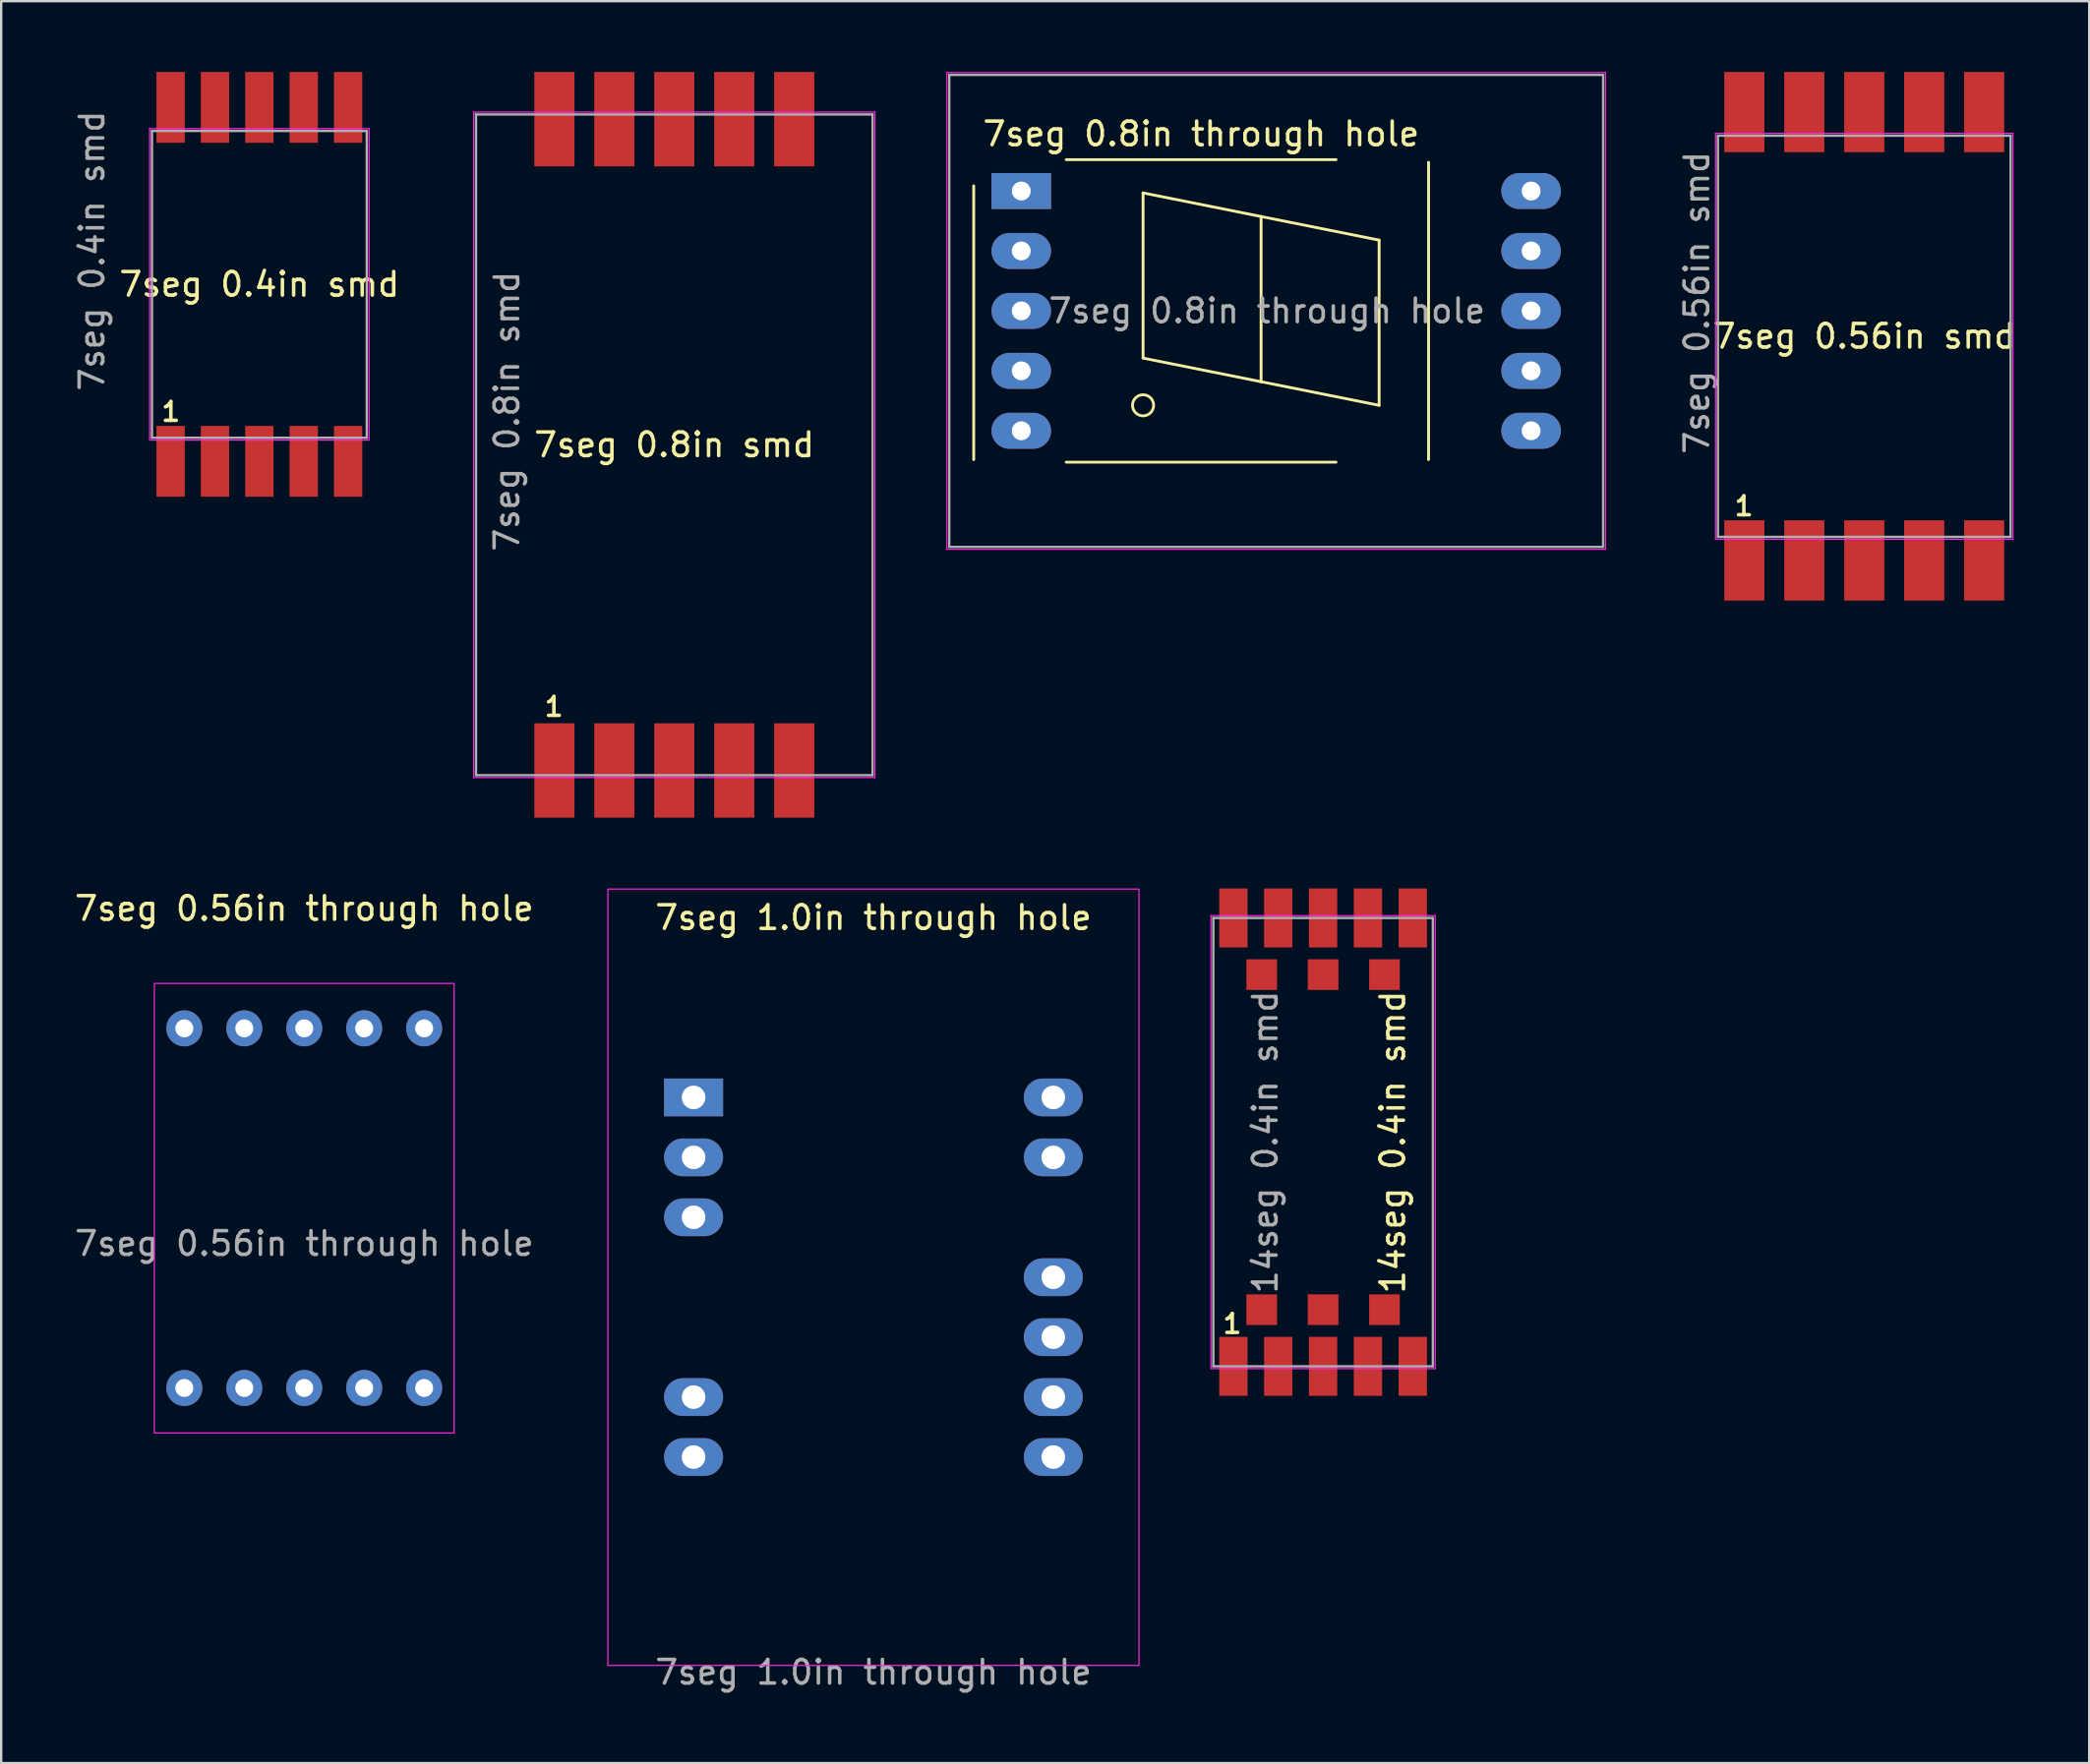
<source format=kicad_pcb>
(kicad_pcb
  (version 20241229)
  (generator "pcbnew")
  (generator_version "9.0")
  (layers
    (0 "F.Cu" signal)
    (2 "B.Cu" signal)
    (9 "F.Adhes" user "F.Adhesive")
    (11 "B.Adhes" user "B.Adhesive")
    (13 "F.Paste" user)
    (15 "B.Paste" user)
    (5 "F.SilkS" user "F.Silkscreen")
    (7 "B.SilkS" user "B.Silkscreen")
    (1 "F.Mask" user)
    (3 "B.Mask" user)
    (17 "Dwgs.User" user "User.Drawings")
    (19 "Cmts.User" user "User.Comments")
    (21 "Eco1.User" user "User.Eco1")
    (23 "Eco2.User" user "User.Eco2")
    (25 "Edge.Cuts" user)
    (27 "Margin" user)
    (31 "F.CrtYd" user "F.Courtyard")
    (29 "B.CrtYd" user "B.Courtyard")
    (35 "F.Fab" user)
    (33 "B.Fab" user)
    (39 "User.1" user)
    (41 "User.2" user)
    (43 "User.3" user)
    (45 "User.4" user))
  (footprint "14seg 0.4in smd"
    (layer "F.Cu")
    (at 53.004 45.35)
    (property "Reference" "14seg 0.4in smd" (at 2.95 0 90) (layer "F.SilkS") (effects (font (size 1 1) (thickness 0.15))))
    (attr smd)
    (fp_line (start -4.75 -9.6) (end 4.75 -9.6) (stroke (width 0.05) (type solid)) (layer "F.CrtYd"))
    (fp_line (start -4.75 9.6) (end -4.75 -9.6) (stroke (width 0.05) (type solid)) (layer "F.CrtYd"))
    (fp_line (start -4.75 9.6) (end 4.75 9.6) (stroke (width 0.05) (type solid)) (layer "F.CrtYd"))
    (fp_line (start 4.75 9.6) (end 4.75 -9.6) (stroke (width 0.05) (type solid)) (layer "F.CrtYd"))
    (fp_line (start -4.65 9.5) (end -4.65 -9.5) (stroke (width 0.1) (type solid)) (layer "F.Fab"))
    (fp_line (start -4.65 9.5) (end 4.65 9.5) (stroke (width 0.1) (type solid)) (layer "F.Fab"))
    (fp_line (start 4.65 -9.5) (end -4.65 -9.5) (stroke (width 0.1) (type solid)) (layer "F.Fab"))
    (fp_line (start 4.65 9.5) (end 4.65 -9.5) (stroke (width 0.1) (type solid)) (layer "F.Fab"))
    (fp_text user "1" (at -3.85 7.7 0) (unlocked yes) (layer "F.SilkS") (effects (font (size 0.8 0.8) (thickness 0.15))))
    (fp_text user "${REFERENCE}" (at -2.45 0 90) (layer "F.Fab") (effects (font (size 1 1) (thickness 0.15))))
    (pad "1" smd rect (at -3.8 9.5) (size 1.2 2.5) (layers "F.Cu" "F.Mask" "F.Paste"))
    (pad "2" smd rect (at -1.9 9.5) (size 1.2 2.5) (layers "F.Cu" "F.Mask" "F.Paste"))
    (pad "3" smd rect (at 0 9.5) (size 1.2 2.5) (layers "F.Cu" "F.Mask" "F.Paste"))
    (pad "4" smd rect (at 1.9 9.5) (size 1.2 2.5) (layers "F.Cu" "F.Mask" "F.Paste"))
    (pad "5" smd rect (at 3.8 9.5) (size 1.2 2.5) (layers "F.Cu" "F.Mask" "F.Paste"))
    (pad "6" smd rect (at 2.6 7.1) (size 1.3 1.3) (layers "F.Cu" "F.Mask" "F.Paste"))
    (pad "7" smd rect (at 0 7.1) (size 1.3 1.3) (layers "F.Cu" "F.Mask" "F.Paste"))
    (pad "8" smd rect (at -2.6 7.1) (size 1.3 1.3) (layers "F.Cu" "F.Mask" "F.Paste"))
    (pad "9" smd rect (at -2.6 -7.1) (size 1.3 1.3) (layers "F.Cu" "F.Mask" "F.Paste"))
    (pad "10" smd rect (at 0 -7.1) (size 1.3 1.3) (layers "F.Cu" "F.Mask" "F.Paste"))
    (pad "11" smd rect (at 2.6 -7.1) (size 1.3 1.3) (layers "F.Cu" "F.Mask" "F.Paste"))
    (pad "12" smd rect (at 3.8 -9.5) (size 1.2 2.5) (layers "F.Cu" "F.Mask" "F.Paste"))
    (pad "13" smd rect (at 1.9 -9.5) (size 1.2 2.5) (layers "F.Cu" "F.Mask" "F.Paste"))
    (pad "14" smd rect (at 0 -9.5) (size 1.2 2.5) (layers "F.Cu" "F.Mask" "F.Paste"))
    (pad "15" smd rect (at -1.9 -9.5) (size 1.2 2.5) (layers "F.Cu" "F.Mask" "F.Paste"))
    (pad "16" smd rect (at -3.8 -9.5) (size 1.2 2.5) (layers "F.Cu" "F.Mask" "F.Paste")))
  (footprint "7seg 1.0in through hole"
    (layer "F.Cu")
    (at 33.954 51.075)
    (property "Reference" "7seg 1.0in through hole" (at 0 -15.24 0) (unlocked yes) (layer "F.SilkS") (effects (font (size 1 1) (thickness 0.15))))
    (attr through_hole)
    (fp_rect (start -11.25 -16.45) (end 11.25 16.45) (stroke (width 0.05) (type solid)) (fill no) (layer "F.CrtYd"))
    (fp_text user "${REFERENCE}" (at 0 16.74 0) (unlocked yes) (layer "F.Fab") (effects (font (size 1 1) (thickness 0.15))))
    (pad "1" thru_hole rect (at -7.62 -7.62) (size 2.5 1.6) (drill 1) (layers "*.Cu" "*.Mask"))
    (pad "2" thru_hole oval (at -7.62 -5.08) (size 2.5 1.6) (drill 1) (layers "*.Cu" "*.Mask"))
    (pad "3" thru_hole oval (at -7.62 -2.54) (size 2.5 1.6) (drill 1) (layers "*.Cu" "*.Mask"))
    (pad "6" thru_hole oval (at -7.62 5.08) (size 2.5 1.6) (drill 1) (layers "*.Cu" "*.Mask"))
    (pad "7" thru_hole oval (at -7.62 7.62) (size 2.5 1.6) (drill 1) (layers "*.Cu" "*.Mask"))
    (pad "8" thru_hole oval (at 7.62 7.62) (size 2.5 1.6) (drill 1) (layers "*.Cu" "*.Mask"))
    (pad "9" thru_hole oval (at 7.62 5.08) (size 2.5 1.6) (drill 1) (layers "*.Cu" "*.Mask"))
    (pad "10" thru_hole oval (at 7.62 2.54) (size 2.5 1.6) (drill 1) (layers "*.Cu" "*.Mask"))
    (pad "11" thru_hole oval (at 7.62 0) (size 2.5 1.6) (drill 1) (layers "*.Cu" "*.Mask"))
    (pad "13" thru_hole oval (at 7.62 -5.08) (size 2.5 1.6) (drill 1) (layers "*.Cu" "*.Mask"))
    (pad "14" thru_hole oval (at 7.62 -7.62) (size 2.5 1.6) (drill 1) (layers "*.Cu" "*.Mask")))
  (footprint "7seg 0.56in through hole"
    (layer "F.Cu")
    (at 9.839 48.148)
    (property "Reference" "7seg 0.56in through hole" (at 0 -12.7 0) (unlocked yes) (layer "F.SilkS") (effects (font (size 1 1) (thickness 0.15))))
    (attr through_hole)
    (fp_rect (start -6.35 -9.525) (end 6.35 9.525) (stroke (width 0.05) (type solid)) (fill no) (layer "F.CrtYd"))
    (fp_text user "${REFERENCE}" (at 0 1.5 0) (unlocked yes) (layer "F.Fab") (effects (font (size 1 1) (thickness 0.15))))
    (pad "1" thru_hole circle (at -5.08 7.62) (size 1.524 1.524) (drill 0.762) (layers "*.Cu" "*.Mask"))
    (pad "2" thru_hole circle (at -2.54 7.62) (size 1.524 1.524) (drill 0.762) (layers "*.Cu" "*.Mask"))
    (pad "3" thru_hole circle (at 0 7.62) (size 1.524 1.524) (drill 0.762) (layers "*.Cu" "*.Mask"))
    (pad "4" thru_hole circle (at 2.54 7.62) (size 1.524 1.524) (drill 0.762) (layers "*.Cu" "*.Mask"))
    (pad "5" thru_hole circle (at 5.08 7.62) (size 1.524 1.524) (drill 0.762) (layers "*.Cu" "*.Mask"))
    (pad "6" thru_hole circle (at 5.08 -7.62) (size 1.524 1.524) (drill 0.762) (layers "*.Cu" "*.Mask"))
    (pad "7" thru_hole circle (at 2.54 -7.62) (size 1.524 1.524) (drill 0.762) (layers "*.Cu" "*.Mask"))
    (pad "8" thru_hole circle (at 0 -7.62) (size 1.524 1.524) (drill 0.762) (layers "*.Cu" "*.Mask"))
    (pad "9" thru_hole circle (at -2.54 -7.62) (size 1.524 1.524) (drill 0.762) (layers "*.Cu" "*.Mask"))
    (pad "10" thru_hole circle (at -5.08 -7.62) (size 1.524 1.524) (drill 0.762) (layers "*.Cu" "*.Mask")))
  (footprint "7seg 0.8in through hole"
    (layer "F.Cu")
    (at 40.217 5.045)
    (property "Reference" "7seg 0.8in through hole" (at 7.62 -2.42 0) (layer "F.SilkS") (effects (font (size 1 1) (thickness 0.15))))
    (attr through_hole)
    (fp_line (start -2.015 -0.22) (end -2.015 11.38) (stroke (width 0.12) (type solid)) (layer "F.SilkS"))
    (fp_line (start 1.905 -1.33) (end 13.335 -1.33) (stroke (width 0.12) (type solid)) (layer "F.SilkS"))
    (fp_line (start 1.905 11.49) (end 13.335 11.49) (stroke (width 0.12) (type solid)) (layer "F.SilkS"))
    (fp_line (start 5.16 0.08) (end 5.16 7.08) (stroke (width 0.12) (type solid)) (layer "F.SilkS"))
    (fp_line (start 5.16 7.08) (end 10.16 8.08) (stroke (width 0.12) (type solid)) (layer "F.SilkS"))
    (fp_line (start 10.16 1.08) (end 5.16 0.08) (stroke (width 0.12) (type solid)) (layer "F.SilkS"))
    (fp_line (start 10.16 8.08) (end 10.16 1.08) (stroke (width 0.12) (type solid)) (layer "F.SilkS"))
    (fp_line (start 15.16 2.08) (end 10.16 1.08) (stroke (width 0.12) (type solid)) (layer "F.SilkS"))
    (fp_line (start 15.16 2.08) (end 15.16 9.08) (stroke (width 0.12) (type solid)) (layer "F.SilkS"))
    (fp_line (start 15.16 9.08) (end 10.16 8.08) (stroke (width 0.12) (type solid)) (layer "F.SilkS"))
    (fp_line (start 17.255 11.38) (end 17.255 -1.22) (stroke (width 0.12) (type solid)) (layer "F.SilkS"))
    (fp_circle (center 5.16 9.08) (end 5.607 9.08) (stroke (width 0.12) (type solid)) (fill no) (layer "F.SilkS"))
    (fp_line (start -3.15 -5.02) (end -3.15 15.18) (stroke (width 0.05) (type solid)) (layer "F.CrtYd"))
    (fp_line (start -3.15 -5.02) (end 24.75 -5.02) (stroke (width 0.05) (type solid)) (layer "F.CrtYd"))
    (fp_line (start -3.15 15.18) (end 24.75 15.18) (stroke (width 0.05) (type solid)) (layer "F.CrtYd"))
    (fp_line (start 24.75 -5.02) (end 24.75 15.18) (stroke (width 0.05) (type solid)) (layer "F.CrtYd"))
    (fp_line (start -3.05 -4.92) (end -3.05 15.08) (stroke (width 0.1) (type solid)) (layer "F.Fab"))
    (fp_line (start -3.05 -4.92) (end 24.65 -4.92) (stroke (width 0.1) (type solid)) (layer "F.Fab"))
    (fp_line (start -3.05 15.08) (end 24.65 15.08) (stroke (width 0.1) (type solid)) (layer "F.Fab"))
    (fp_line (start 24.65 15.08) (end 24.65 -4.92) (stroke (width 0.1) (type solid)) (layer "F.Fab"))
    (fp_text user "${REFERENCE}" (at 10.41 5.08 0) (layer "F.Fab") (effects (font (size 1 1) (thickness 0.15))))
    (pad "1" thru_hole rect (at 0 0 270) (size 1.524 2.524) (drill 0.8) (layers "*.Cu" "*.Mask"))
    (pad "2" thru_hole oval (at 0 2.54 270) (size 1.524 2.524) (drill 0.8) (layers "*.Cu" "*.Mask"))
    (pad "3" thru_hole oval (at 0 5.08 270) (size 1.524 2.524) (drill 0.8) (layers "*.Cu" "*.Mask"))
    (pad "4" thru_hole oval (at 0 7.62 270) (size 1.524 2.524) (drill 0.8) (layers "*.Cu" "*.Mask"))
    (pad "5" thru_hole oval (at 0 10.16 270) (size 1.524 2.524) (drill 0.8) (layers "*.Cu" "*.Mask"))
    (pad "6" thru_hole oval (at 21.6 10.16 270) (size 1.524 2.524) (drill 0.8) (layers "*.Cu" "*.Mask"))
    (pad "7" thru_hole oval (at 21.6 7.62 270) (size 1.524 2.524) (drill 0.8) (layers "*.Cu" "*.Mask"))
    (pad "8" thru_hole oval (at 21.6 5.08 270) (size 1.524 2.524) (drill 0.8) (layers "*.Cu" "*.Mask"))
    (pad "9" thru_hole oval (at 21.6 2.54 270) (size 1.524 2.524) (drill 0.8) (layers "*.Cu" "*.Mask"))
    (pad "10" thru_hole oval (at 21.6 0 270) (size 1.524 2.524) (drill 0.8) (layers "*.Cu" "*.Mask")))
  (footprint "7seg 0.4in smd"
    (layer "F.Cu")
    (at 7.938 9)
    (property "Reference" "7seg 0.4in smd" (at 0 0 180) (layer "F.SilkS") (effects (font (size 1 1) (thickness 0.15))))
    (attr smd)
    (fp_line (start -4.65 -6.6) (end 4.65 -6.6) (stroke (width 0.05) (type solid)) (layer "F.CrtYd"))
    (fp_line (start -4.65 6.6) (end -4.65 -6.6) (stroke (width 0.05) (type solid)) (layer "F.CrtYd"))
    (fp_line (start -4.65 6.6) (end 4.65 6.6) (stroke (width 0.05) (type solid)) (layer "F.CrtYd"))
    (fp_line (start 4.65 6.6) (end 4.65 -6.6) (stroke (width 0.05) (type solid)) (layer "F.CrtYd"))
    (fp_line (start -4.55 6.5) (end -4.55 -6.5) (stroke (width 0.1) (type solid)) (layer "F.Fab"))
    (fp_line (start -4.55 6.5) (end 4.55 6.5) (stroke (width 0.1) (type solid)) (layer "F.Fab"))
    (fp_line (start 4.55 -6.5) (end -4.55 -6.5) (stroke (width 0.1) (type solid)) (layer "F.Fab"))
    (fp_line (start 4.55 6.5) (end 4.55 -6.5) (stroke (width 0.1) (type solid)) (layer "F.Fab"))
    (fp_text user "1" (at -3.75 5.4 0) (unlocked yes) (layer "F.SilkS") (effects (font (size 0.8 0.8) (thickness 0.15))))
    (fp_text user "${REFERENCE}" (at -7.09 -1.42 90) (layer "F.Fab") (effects (font (size 1 1) (thickness 0.15))))
    (pad "1" smd rect (at -3.76 7.5) (size 1.2 3) (layers "F.Cu" "F.Mask" "F.Paste"))
    (pad "2" smd rect (at -1.88 7.5) (size 1.2 3) (layers "F.Cu" "F.Mask" "F.Paste"))
    (pad "3" smd rect (at 0 7.5) (size 1.2 3) (layers "F.Cu" "F.Mask" "F.Paste"))
    (pad "4" smd rect (at 1.88 7.5) (size 1.2 3) (layers "F.Cu" "F.Mask" "F.Paste"))
    (pad "5" smd rect (at 3.76 7.5) (size 1.2 3) (layers "F.Cu" "F.Mask" "F.Paste"))
    (pad "6" smd rect (at 3.76 -7.5) (size 1.2 3) (layers "F.Cu" "F.Mask" "F.Paste"))
    (pad "7" smd rect (at 1.88 -7.5) (size 1.2 3) (layers "F.Cu" "F.Mask" "F.Paste"))
    (pad "8" smd rect (at 0 -7.5) (size 1.2 3) (layers "F.Cu" "F.Mask" "F.Paste"))
    (pad "9" smd rect (at -1.88 -7.5) (size 1.2 3) (layers "F.Cu" "F.Mask" "F.Paste"))
    (pad "10" smd rect (at -3.76 -7.5) (size 1.2 3) (layers "F.Cu" "F.Mask" "F.Paste")))
  (footprint "7seg 0.8in smd"
    (layer "F.Cu")
    (at 25.517 15.8)
    (property "Reference" "7seg 0.8in smd" (at 0 0 180) (layer "F.SilkS") (effects (font (size 1 1) (thickness 0.15))))
    (attr smd)
    (fp_line (start -8.5 -14.1) (end 8.5 -14.1) (stroke (width 0.05) (type solid)) (layer "F.CrtYd"))
    (fp_line (start -8.5 14.1) (end -8.5 -14.1) (stroke (width 0.05) (type solid)) (layer "F.CrtYd"))
    (fp_line (start -8.5 14.1) (end 8.5 14.1) (stroke (width 0.05) (type solid)) (layer "F.CrtYd"))
    (fp_line (start 8.5 14.1) (end 8.5 -14.1) (stroke (width 0.05) (type solid)) (layer "F.CrtYd"))
    (fp_line (start -8.4 14) (end -8.4 -14) (stroke (width 0.1) (type solid)) (layer "F.Fab"))
    (fp_line (start -8.4 14) (end 8.4 14) (stroke (width 0.1) (type solid)) (layer "F.Fab"))
    (fp_line (start 8.4 -14) (end -8.4 -14) (stroke (width 0.1) (type solid)) (layer "F.Fab"))
    (fp_line (start 8.4 14) (end 8.4 -14) (stroke (width 0.1) (type solid)) (layer "F.Fab"))
    (fp_text user "1" (at -5.1 11.1 0) (unlocked yes) (layer "F.SilkS") (effects (font (size 0.8 0.8) (thickness 0.15))))
    (fp_text user "${REFERENCE}" (at -7.09 -1.42 90) (layer "F.Fab") (effects (font (size 1 1) (thickness 0.15))))
    (pad "1" smd rect (at -5.08 13.8) (size 1.7 4) (layers "F.Cu" "F.Mask" "F.Paste"))
    (pad "2" smd rect (at -2.54 13.8) (size 1.7 4) (layers "F.Cu" "F.Mask" "F.Paste"))
    (pad "3" smd rect (at 0 13.8) (size 1.7 4) (layers "F.Cu" "F.Mask" "F.Paste"))
    (pad "4" smd rect (at 2.54 13.8) (size 1.7 4) (layers "F.Cu" "F.Mask" "F.Paste"))
    (pad "5" smd rect (at 5.08 13.8) (size 1.7 4) (layers "F.Cu" "F.Mask" "F.Paste"))
    (pad "6" smd rect (at 5.08 -13.8) (size 1.7 4) (layers "F.Cu" "F.Mask" "F.Paste"))
    (pad "7" smd rect (at 2.54 -13.8) (size 1.7 4) (layers "F.Cu" "F.Mask" "F.Paste"))
    (pad "8" smd rect (at 0 -13.8) (size 1.7 4) (layers "F.Cu" "F.Mask" "F.Paste"))
    (pad "9" smd rect (at -2.54 -13.8) (size 1.7 4) (layers "F.Cu" "F.Mask" "F.Paste"))
    (pad "10" smd rect (at -5.08 -13.8) (size 1.7 4) (layers "F.Cu" "F.Mask" "F.Paste")))
  (footprint "7seg 0.56in smd"
    (layer "F.Cu")
    (at 75.93 11.2)
    (property "Reference" "7seg 0.56in smd" (at 0 0 180) (layer "F.SilkS") (effects (font (size 1 1) (thickness 0.15))))
    (attr smd)
    (fp_line (start -6.3 -8.6) (end 6.3 -8.6) (stroke (width 0.05) (type solid)) (layer "F.CrtYd"))
    (fp_line (start -6.3 8.6) (end -6.3 -8.6) (stroke (width 0.05) (type solid)) (layer "F.CrtYd"))
    (fp_line (start -6.3 8.6) (end 6.3 8.6) (stroke (width 0.05) (type solid)) (layer "F.CrtYd"))
    (fp_line (start 6.3 8.6) (end 6.3 -8.6) (stroke (width 0.05) (type solid)) (layer "F.CrtYd"))
    (fp_line (start -6.2 8.5) (end -6.2 -8.5) (stroke (width 0.1) (type solid)) (layer "F.Fab"))
    (fp_line (start -6.2 8.5) (end 6.2 8.5) (stroke (width 0.1) (type solid)) (layer "F.Fab"))
    (fp_line (start 6.2 -8.5) (end -6.2 -8.5) (stroke (width 0.1) (type solid)) (layer "F.Fab"))
    (fp_line (start 6.2 8.5) (end 6.2 -8.5) (stroke (width 0.1) (type solid)) (layer "F.Fab"))
    (fp_text user "1" (at -5.1 7.2 0) (unlocked yes) (layer "F.SilkS") (effects (font (size 0.8 0.8) (thickness 0.15))))
    (fp_text user "${REFERENCE}" (at -7.09 -1.42 90) (layer "F.Fab") (effects (font (size 1 1) (thickness 0.15))))
    (pad "1" smd rect (at -5.08 9.5) (size 1.7 3.4) (layers "F.Cu" "F.Mask" "F.Paste"))
    (pad "2" smd rect (at -2.54 9.5) (size 1.7 3.4) (layers "F.Cu" "F.Mask" "F.Paste"))
    (pad "3" smd rect (at 0 9.5) (size 1.7 3.4) (layers "F.Cu" "F.Mask" "F.Paste"))
    (pad "4" smd rect (at 2.54 9.5) (size 1.7 3.4) (layers "F.Cu" "F.Mask" "F.Paste"))
    (pad "5" smd rect (at 5.08 9.5) (size 1.7 3.4) (layers "F.Cu" "F.Mask" "F.Paste"))
    (pad "6" smd rect (at 5.08 -9.5) (size 1.7 3.4) (layers "F.Cu" "F.Mask" "F.Paste"))
    (pad "7" smd rect (at 2.54 -9.5) (size 1.7 3.4) (layers "F.Cu" "F.Mask" "F.Paste"))
    (pad "8" smd rect (at 0 -9.5) (size 1.7 3.4) (layers "F.Cu" "F.Mask" "F.Paste"))
    (pad "9" smd rect (at -2.54 -9.5) (size 1.7 3.4) (layers "F.Cu" "F.Mask" "F.Paste"))
    (pad "10" smd rect (at -5.08 -9.5) (size 1.7 3.4) (layers "F.Cu" "F.Mask" "F.Paste")))
  (gr_rect
    (start -3 -3)
    (end 85.46 71.663)
    (stroke (width 0.1) (type default))
    (fill no)
    (layer "Edge.Cuts")))
</source>
